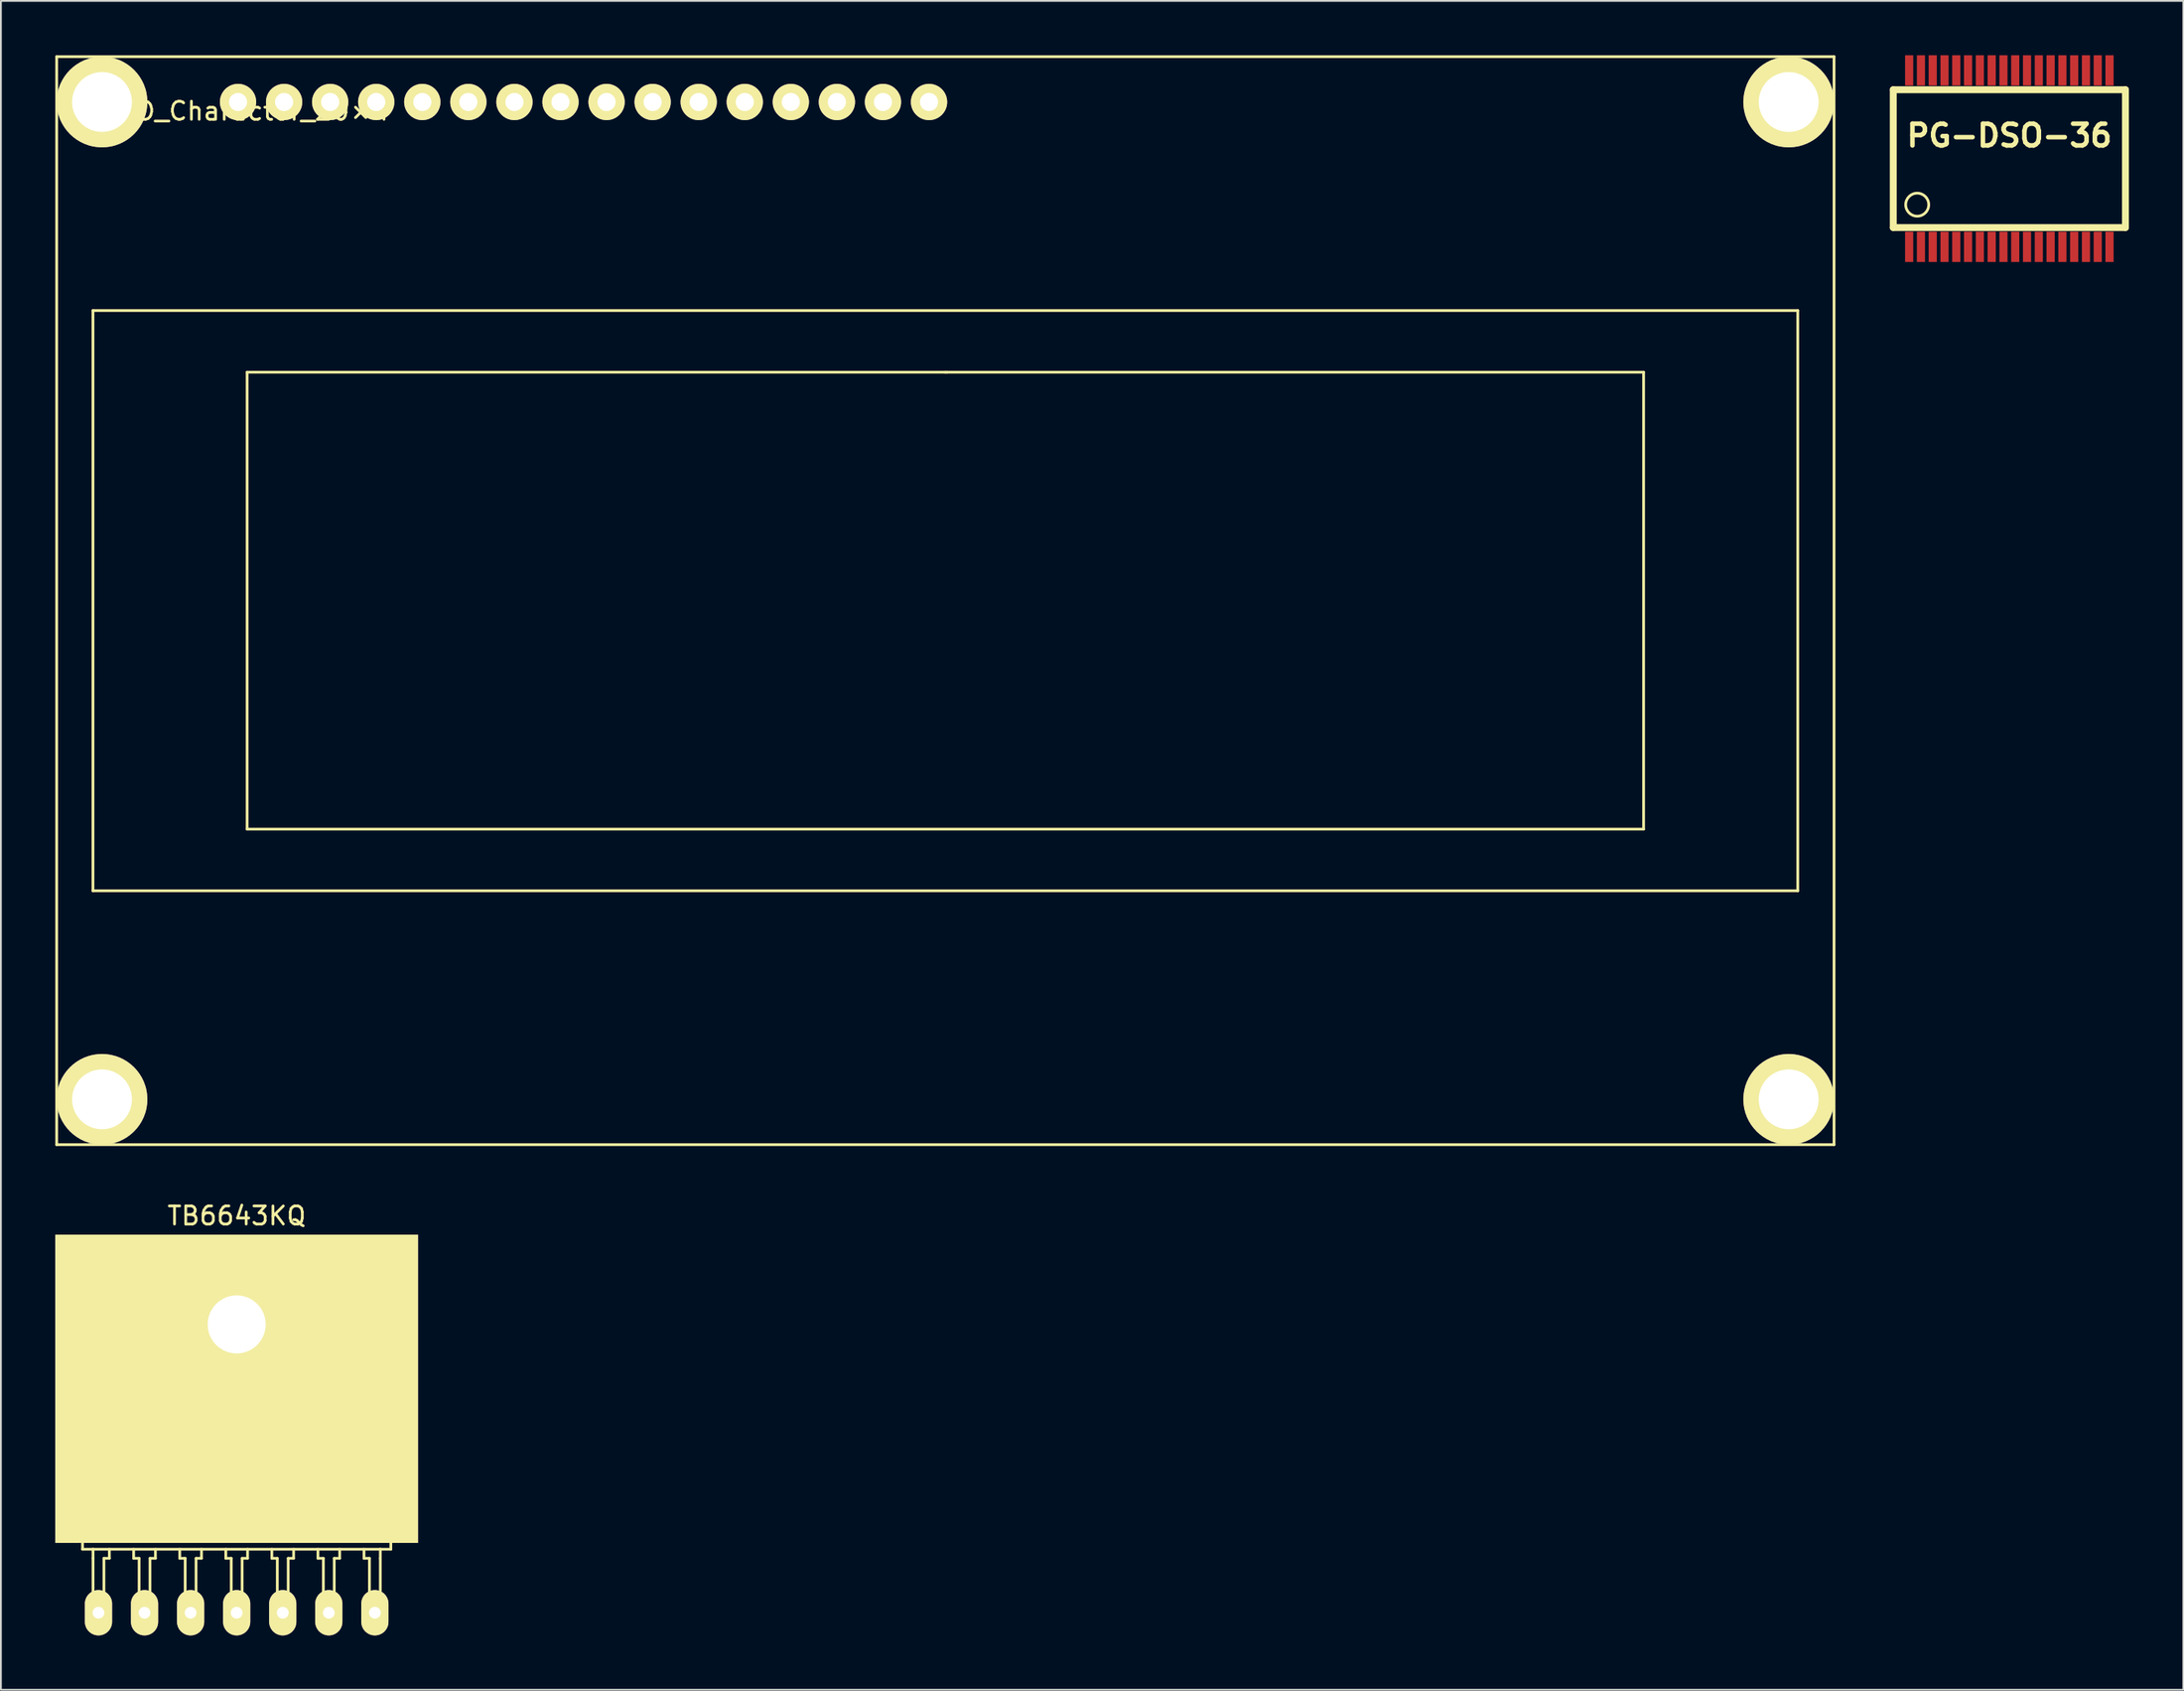
<source format=kicad_pcb>
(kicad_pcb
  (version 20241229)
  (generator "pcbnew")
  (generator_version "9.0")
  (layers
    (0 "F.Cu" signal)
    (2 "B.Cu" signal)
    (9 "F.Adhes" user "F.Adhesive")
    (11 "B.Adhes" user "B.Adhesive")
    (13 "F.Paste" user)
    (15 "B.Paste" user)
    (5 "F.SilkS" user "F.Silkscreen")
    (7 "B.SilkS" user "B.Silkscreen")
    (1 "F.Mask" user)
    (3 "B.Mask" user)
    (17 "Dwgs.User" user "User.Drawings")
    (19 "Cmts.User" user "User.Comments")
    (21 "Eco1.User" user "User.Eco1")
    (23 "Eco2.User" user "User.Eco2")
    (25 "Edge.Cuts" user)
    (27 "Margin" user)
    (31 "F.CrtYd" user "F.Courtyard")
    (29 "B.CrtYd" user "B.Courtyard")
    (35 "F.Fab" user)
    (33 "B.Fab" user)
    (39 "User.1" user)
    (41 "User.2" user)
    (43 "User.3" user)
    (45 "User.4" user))
  (footprint "TB6643KQ"
    (layer "F.Cu")
    (at 10 69.988)
    (property "Reference" "TB6643KQ" (at 0 -5.99 0) (layer "F.SilkS") (effects (font (size 1 1) (thickness 0.15))))
    (attr through_hole)
    (fp_line (start -8.5 12.4) (end -8.5 0) (stroke (width 0.15) (type solid)) (layer "F.SilkS"))
    (fp_line (start -8.5 12.4) (end -7.92 12.4) (stroke (width 0.15) (type solid)) (layer "F.SilkS"))
    (fp_line (start -8.38 -2.82) (end -8.1 -2.52) (stroke (width 0.15) (type solid)) (layer "F.SilkS"))
    (fp_line (start -8.1 -2.52) (end -5.61 -2.52) (stroke (width 0.15) (type solid)) (layer "F.SilkS"))
    (fp_line (start -7.92 12.9) (end -7.92 12.4) (stroke (width 0.15) (type solid)) (layer "F.SilkS"))
    (fp_line (start -7.92 15.9) (end -7.92 12.9) (stroke (width 0.15) (type solid)) (layer "F.SilkS"))
    (fp_line (start -7.32 12.9) (end -7.02 12.9) (stroke (width 0.15) (type solid)) (layer "F.SilkS"))
    (fp_line (start -7.32 15.9) (end -7.32 12.9) (stroke (width 0.15) (type solid)) (layer "F.SilkS"))
    (fp_line (start -7.02 12.9) (end -7.02 12.4) (stroke (width 0.15) (type solid)) (layer "F.SilkS"))
    (fp_line (start -6.92 0) (end -8.5 0) (stroke (width 0.15) (type solid)) (layer "F.SilkS"))
    (fp_line (start -6.92 0) (end -5.2 -3.3) (stroke (width 0.15) (type solid)) (layer "F.SilkS"))
    (fp_line (start -5.68 12.9) (end -5.68 12.4) (stroke (width 0.15) (type solid)) (layer "F.SilkS"))
    (fp_line (start -5.38 12.9) (end -5.68 12.9) (stroke (width 0.15) (type solid)) (layer "F.SilkS"))
    (fp_line (start -5.38 15.9) (end -5.38 12.9) (stroke (width 0.15) (type solid)) (layer "F.SilkS"))
    (fp_line (start -4.78 12.9) (end -4.48 12.9) (stroke (width 0.15) (type solid)) (layer "F.SilkS"))
    (fp_line (start -4.78 15.9) (end -4.78 12.9) (stroke (width 0.15) (type solid)) (layer "F.SilkS"))
    (fp_line (start -4.48 12.9) (end -4.48 12.4) (stroke (width 0.15) (type solid)) (layer "F.SilkS"))
    (fp_line (start -3.98 -3.3) (end -5.28 -3.3) (stroke (width 0.15) (type solid)) (layer "F.SilkS"))
    (fp_line (start -3.14 12.9) (end -3.14 12.4) (stroke (width 0.15) (type solid)) (layer "F.SilkS"))
    (fp_line (start -2.84 12.9) (end -3.14 12.9) (stroke (width 0.15) (type solid)) (layer "F.SilkS"))
    (fp_line (start -2.84 15.9) (end -2.84 12.9) (stroke (width 0.15) (type solid)) (layer "F.SilkS"))
    (fp_line (start -2.24 12.9) (end -1.94 12.9) (stroke (width 0.15) (type solid)) (layer "F.SilkS"))
    (fp_line (start -2.24 15.9) (end -2.24 12.9) (stroke (width 0.15) (type solid)) (layer "F.SilkS"))
    (fp_line (start -1.94 12.9) (end -1.94 12.4) (stroke (width 0.15) (type solid)) (layer "F.SilkS"))
    (fp_line (start -0.6 12.9) (end -0.6 12.4) (stroke (width 0.15) (type solid)) (layer "F.SilkS"))
    (fp_line (start -0.3 12.9) (end -0.6 12.9) (stroke (width 0.15) (type solid)) (layer "F.SilkS"))
    (fp_line (start -0.3 15.9) (end -0.3 12.9) (stroke (width 0.15) (type solid)) (layer "F.SilkS"))
    (fp_line (start 0 -3.3) (end -8 -3.3) (stroke (width 0.15) (type solid)) (layer "F.SilkS"))
    (fp_line (start 0 -3.3) (end 8 -3.3) (stroke (width 0.15) (type solid)) (layer "F.SilkS"))
    (fp_line (start 0.3 12.9) (end 0.6 12.9) (stroke (width 0.15) (type solid)) (layer "F.SilkS"))
    (fp_line (start 0.3 15.9) (end 0.3 12.9) (stroke (width 0.15) (type solid)) (layer "F.SilkS"))
    (fp_line (start 0.6 12.9) (end 0.6 12.4) (stroke (width 0.15) (type solid)) (layer "F.SilkS"))
    (fp_line (start 1.94 12.9) (end 1.94 12.4) (stroke (width 0.15) (type solid)) (layer "F.SilkS"))
    (fp_line (start 2.24 12.9) (end 1.94 12.9) (stroke (width 0.15) (type solid)) (layer "F.SilkS"))
    (fp_line (start 2.24 15.9) (end 2.24 12.9) (stroke (width 0.15) (type solid)) (layer "F.SilkS"))
    (fp_line (start 2.84 12.9) (end 3.14 12.9) (stroke (width 0.15) (type solid)) (layer "F.SilkS"))
    (fp_line (start 2.84 15.9) (end 2.84 12.9) (stroke (width 0.15) (type solid)) (layer "F.SilkS"))
    (fp_line (start 3.14 12.9) (end 3.14 12.4) (stroke (width 0.15) (type solid)) (layer "F.SilkS"))
    (fp_line (start 4.48 12.9) (end 4.48 12.4) (stroke (width 0.15) (type solid)) (layer "F.SilkS"))
    (fp_line (start 4.78 12.9) (end 4.48 12.9) (stroke (width 0.15) (type solid)) (layer "F.SilkS"))
    (fp_line (start 4.78 15.9) (end 4.78 12.9) (stroke (width 0.15) (type solid)) (layer "F.SilkS"))
    (fp_line (start 5.38 12.9) (end 5.68 12.9) (stroke (width 0.15) (type solid)) (layer "F.SilkS"))
    (fp_line (start 5.38 15.9) (end 5.38 12.9) (stroke (width 0.15) (type solid)) (layer "F.SilkS"))
    (fp_line (start 5.68 12.9) (end 5.68 12.4) (stroke (width 0.15) (type solid)) (layer "F.SilkS"))
    (fp_line (start 6.81 0) (end 5.11 -3.3) (stroke (width 0.15) (type solid)) (layer "F.SilkS"))
    (fp_line (start 7.02 12.9) (end 7.02 12.4) (stroke (width 0.15) (type solid)) (layer "F.SilkS"))
    (fp_line (start 7.32 12.9) (end 7.02 12.9) (stroke (width 0.15) (type solid)) (layer "F.SilkS"))
    (fp_line (start 7.32 15.9) (end 7.32 12.9) (stroke (width 0.15) (type solid)) (layer "F.SilkS"))
    (fp_line (start 7.92 12.4) (end -7.92 12.4) (stroke (width 0.15) (type solid)) (layer "F.SilkS"))
    (fp_line (start 7.92 12.9) (end 7.92 12.4) (stroke (width 0.15) (type solid)) (layer "F.SilkS"))
    (fp_line (start 7.92 15.9) (end 7.92 12.9) (stroke (width 0.15) (type solid)) (layer "F.SilkS"))
    (fp_line (start 8.11 -2.52) (end 5.52 -2.52) (stroke (width 0.15) (type solid)) (layer "F.SilkS"))
    (fp_line (start 8.39 -2.82) (end 8.11 -2.52) (stroke (width 0.15) (type solid)) (layer "F.SilkS"))
    (fp_line (start 8.5 0) (end 6.81 0) (stroke (width 0.15) (type solid)) (layer "F.SilkS"))
    (fp_line (start 8.5 12.4) (end 7.92 12.4) (stroke (width 0.15) (type solid)) (layer "F.SilkS"))
    (fp_line (start 8.5 12.4) (end 8.5 0) (stroke (width 0.15) (type solid)) (layer "F.SilkS"))
    (fp_arc (start -8.38 -2.82) (mid -8.289411 -3.138701) (end -8 -3.3) (stroke (width 0.15) (type solid)) (layer "F.SilkS"))
    (fp_arc (start 8.01 -3.3) (mid 8.299411 -3.138701) (end 8.39 -2.82) (stroke (width 0.15) (type solid)) (layer "F.SilkS"))
    (fp_circle (center 0 0) (end 1.6 0) (stroke (width 0.15) (type solid)) (fill no) (layer "F.SilkS"))
    (pad "1" thru_hole oval (at -7.62 15.9) (size 1.5 2.5) (drill 0.65) (layers "*.Cu" "*.Mask" "F.SilkS"))
    (pad "2" thru_hole oval (at -5.08 15.9) (size 1.5 2.5) (drill 0.65) (layers "*.Cu" "*.Mask" "F.SilkS"))
    (pad "3" thru_hole oval (at -2.54 15.9) (size 1.5 2.5) (drill 0.65) (layers "*.Cu" "*.Mask" "F.SilkS"))
    (pad "4" thru_hole oval (at 0 15.9) (size 1.5 2.5) (drill 0.65) (layers "*.Cu" "*.Mask" "F.SilkS"))
    (pad "5" thru_hole oval (at 2.54 15.9) (size 1.5 2.5) (drill 0.65) (layers "*.Cu" "*.Mask" "F.SilkS"))
    (pad "6" thru_hole oval (at 5.08 15.9) (size 1.5 2.5) (drill 0.65) (layers "*.Cu" "*.Mask" "F.SilkS"))
    (pad "7" thru_hole oval (at 7.62 15.9) (size 1.5 2.5) (drill 0.65) (layers "*.Cu" "*.Mask" "F.SilkS"))
    (pad "8" thru_hole rect (at 0 0) (size 20 17) (drill 3.2 (offset 0 3.55)) (layers "*.Mask" "F.Cu" "F.SilkS")))
  (footprint "PG-DSO-36"
    (layer "F.Cu")
    (at 107.741 5.698)
    (property "Reference" "PG-DSO-36" (at 0 -1.27 0) (layer "F.SilkS") (effects (font (size 1.2 1.2) (thickness 0.25))))
    (attr through_hole)
    (fp_line (start -6.401 -3.8) (end 6.401 -3.8) (stroke (width 0.381) (type solid)) (layer "F.SilkS"))
    (fp_line (start -6.401 3.8) (end -6.401 -3.8) (stroke (width 0.381) (type solid)) (layer "F.SilkS"))
    (fp_line (start 6.401 -3.8) (end 6.401 3.8) (stroke (width 0.381) (type solid)) (layer "F.SilkS"))
    (fp_line (start 6.401 3.8) (end -6.401 3.8) (stroke (width 0.381) (type solid)) (layer "F.SilkS"))
    (fp_circle (center -5.08 2.54) (end -5.08 3.175) (stroke (width 0.15) (type solid)) (fill no) (layer "F.SilkS"))
    (pad "1" smd rect (at -5.524 4.864) (size 0.45 1.669) (layers "F.Cu" "F.Mask" "F.Paste"))
    (pad "2" smd rect (at -4.874 4.864) (size 0.45 1.669) (layers "F.Cu" "F.Mask" "F.Paste"))
    (pad "3" smd rect (at -4.224 4.864) (size 0.45 1.669) (layers "F.Cu" "F.Mask" "F.Paste"))
    (pad "4" smd rect (at -3.574 4.864) (size 0.45 1.669) (layers "F.Cu" "F.Mask" "F.Paste"))
    (pad "5" smd rect (at -2.926 4.864) (size 0.45 1.669) (layers "F.Cu" "F.Mask" "F.Paste"))
    (pad "6" smd rect (at -2.276 4.864) (size 0.45 1.669) (layers "F.Cu" "F.Mask" "F.Paste"))
    (pad "7" smd rect (at -1.626 4.864) (size 0.45 1.669) (layers "F.Cu" "F.Mask" "F.Paste"))
    (pad "8" smd rect (at -0.975 4.864) (size 0.45 1.669) (layers "F.Cu" "F.Mask" "F.Paste"))
    (pad "9" smd rect (at -0.325 4.864) (size 0.45 1.669) (layers "F.Cu" "F.Mask" "F.Paste"))
    (pad "10" smd rect (at 0.325 4.864) (size 0.45 1.669) (layers "F.Cu" "F.Mask" "F.Paste"))
    (pad "11" smd rect (at 0.975 4.864) (size 0.45 1.669) (layers "F.Cu" "F.Mask" "F.Paste"))
    (pad "12" smd rect (at 1.626 4.864) (size 0.45 1.669) (layers "F.Cu" "F.Mask" "F.Paste"))
    (pad "13" smd rect (at 2.276 4.864) (size 0.45 1.669) (layers "F.Cu" "F.Mask" "F.Paste"))
    (pad "14" smd rect (at 2.926 4.864) (size 0.45 1.669) (layers "F.Cu" "F.Mask" "F.Paste"))
    (pad "15" smd rect (at 3.576 4.864) (size 0.45 1.669) (layers "F.Cu" "F.Mask" "F.Paste"))
    (pad "16" smd rect (at 4.224 4.864) (size 0.45 1.669) (layers "F.Cu" "F.Mask" "F.Paste"))
    (pad "17" smd rect (at 4.874 4.864) (size 0.45 1.669) (layers "F.Cu" "F.Mask" "F.Paste"))
    (pad "18" smd rect (at 5.524 4.864) (size 0.45 1.669) (layers "F.Cu" "F.Mask" "F.Paste"))
    (pad "19" smd rect (at 5.524 -4.864) (size 0.45 1.669) (layers "F.Cu" "F.Mask" "F.Paste"))
    (pad "20" smd rect (at 4.874 -4.864) (size 0.45 1.669) (layers "F.Cu" "F.Mask" "F.Paste"))
    (pad "21" smd rect (at 4.224 -4.864) (size 0.45 1.669) (layers "F.Cu" "F.Mask" "F.Paste"))
    (pad "22" smd rect (at 3.576 -4.864) (size 0.45 1.669) (layers "F.Cu" "F.Mask" "F.Paste"))
    (pad "23" smd rect (at 2.926 -4.864) (size 0.45 1.669) (layers "F.Cu" "F.Mask" "F.Paste"))
    (pad "24" smd rect (at 2.276 -4.864) (size 0.45 1.669) (layers "F.Cu" "F.Mask" "F.Paste"))
    (pad "25" smd rect (at 1.626 -4.864) (size 0.45 1.669) (layers "F.Cu" "F.Mask" "F.Paste"))
    (pad "26" smd rect (at 0.975 -4.864) (size 0.45 1.669) (layers "F.Cu" "F.Mask" "F.Paste"))
    (pad "27" smd rect (at 0.325 -4.864) (size 0.45 1.669) (layers "F.Cu" "F.Mask" "F.Paste"))
    (pad "28" smd rect (at -0.325 -4.864) (size 0.45 1.669) (layers "F.Cu" "F.Mask" "F.Paste"))
    (pad "29" smd rect (at -0.975 -4.864) (size 0.45 1.669) (layers "F.Cu" "F.Mask" "F.Paste"))
    (pad "30" smd rect (at -1.626 -4.864) (size 0.45 1.669) (layers "F.Cu" "F.Mask" "F.Paste"))
    (pad "31" smd rect (at -2.276 -4.864) (size 0.45 1.669) (layers "F.Cu" "F.Mask" "F.Paste"))
    (pad "32" smd rect (at -2.926 -4.864) (size 0.45 1.669) (layers "F.Cu" "F.Mask" "F.Paste"))
    (pad "33" smd rect (at -3.574 -4.864) (size 0.45 1.669) (layers "F.Cu" "F.Mask" "F.Paste"))
    (pad "34" smd rect (at -4.224 -4.864) (size 0.45 1.669) (layers "F.Cu" "F.Mask" "F.Paste"))
    (pad "35" smd rect (at -4.874 -4.864) (size 0.45 1.669) (layers "F.Cu" "F.Mask" "F.Paste"))
    (pad "36" smd rect (at -5.524 -4.864) (size 0.45 1.669) (layers "F.Cu" "F.Mask" "F.Paste")))
  (footprint "OLED_Charactor_20×4"
    (layer "F.Cu")
    (at 10.075 2.575)
    (property "Reference" "OLED_Charactor_20×4" (at 0 0.5 0) (layer "F.SilkS") (effects (font (size 1 1) (thickness 0.15))))
    (attr through_hole)
    (fp_line (start -10 -2.5) (end 88 -2.5) (stroke (width 0.15) (type solid)) (layer "F.SilkS"))
    (fp_line (start -10 57.5) (end -10 -2.5) (stroke (width 0.15) (type solid)) (layer "F.SilkS"))
    (fp_line (start -8 11.5) (end 86 11.5) (stroke (width 0.15) (type solid)) (layer "F.SilkS"))
    (fp_line (start -8 43.5) (end -8 11.5) (stroke (width 0.15) (type solid)) (layer "F.SilkS"))
    (fp_line (start 0.5 14.9) (end 0.5 40.1) (stroke (width 0.15) (type solid)) (layer "F.SilkS"))
    (fp_line (start 0.5 40.1) (end 77.5 40.1) (stroke (width 0.15) (type solid)) (layer "F.SilkS"))
    (fp_line (start 39 14.9) (end 0.5 14.9) (stroke (width 0.15) (type solid)) (layer "F.SilkS"))
    (fp_line (start 39.1 14.9) (end 39 14.9) (stroke (width 0.15) (type solid)) (layer "F.SilkS"))
    (fp_line (start 77.5 14.9) (end 39.1 14.9) (stroke (width 0.15) (type solid)) (layer "F.SilkS"))
    (fp_line (start 77.5 40.1) (end 77.5 14.9) (stroke (width 0.15) (type solid)) (layer "F.SilkS"))
    (fp_line (start 86 11.5) (end 86 43.5) (stroke (width 0.15) (type solid)) (layer "F.SilkS"))
    (fp_line (start 86 43.5) (end -8 43.5) (stroke (width 0.15) (type solid)) (layer "F.SilkS"))
    (fp_line (start 88 -2.5) (end 88 57.5) (stroke (width 0.15) (type solid)) (layer "F.SilkS"))
    (fp_line (start 88 57.5) (end -10 57.5) (stroke (width 0.15) (type solid)) (layer "F.SilkS"))
    (pad "" np_thru_hole circle (at -7.5 0) (size 5 5) (drill 3.3) (layers "*.Cu" "*.Mask" "F.SilkS"))
    (pad "" np_thru_hole circle (at -7.5 55) (size 5 5) (drill 3.3) (layers "*.Cu" "*.Mask" "F.SilkS"))
    (pad "" np_thru_hole circle (at 85.5 0) (size 5 5) (drill 3.3) (layers "*.Cu" "*.Mask" "F.SilkS"))
    (pad "" np_thru_hole circle (at 85.5 55) (size 5 5) (drill 3.3) (layers "*.Cu" "*.Mask" "F.SilkS"))
    (pad "1" thru_hole circle (at 0 0) (size 2 2) (drill 1) (layers "*.Cu" "*.Mask" "F.SilkS"))
    (pad "2" thru_hole circle (at 2.54 0) (size 2 2) (drill 1) (layers "*.Cu" "*.Mask" "F.SilkS"))
    (pad "3" thru_hole circle (at 5.08 0) (size 2 2) (drill 1) (layers "*.Cu" "*.Mask" "F.SilkS"))
    (pad "4" thru_hole circle (at 7.62 0) (size 2 2) (drill 1) (layers "*.Cu" "*.Mask" "F.SilkS"))
    (pad "5" thru_hole circle (at 10.16 0) (size 2 2) (drill 1) (layers "*.Cu" "*.Mask" "F.SilkS"))
    (pad "6" thru_hole circle (at 12.7 0) (size 2 2) (drill 1) (layers "*.Cu" "*.Mask" "F.SilkS"))
    (pad "7" thru_hole circle (at 15.24 0) (size 2 2) (drill 1) (layers "*.Cu" "*.Mask" "F.SilkS"))
    (pad "8" thru_hole circle (at 17.78 0) (size 2 2) (drill 1) (layers "*.Cu" "*.Mask" "F.SilkS"))
    (pad "9" thru_hole circle (at 20.32 0) (size 2 2) (drill 1) (layers "*.Cu" "*.Mask" "F.SilkS"))
    (pad "10" thru_hole circle (at 22.86 0) (size 2 2) (drill 1) (layers "*.Cu" "*.Mask" "F.SilkS"))
    (pad "11" thru_hole circle (at 25.4 0) (size 2 2) (drill 1) (layers "*.Cu" "*.Mask" "F.SilkS"))
    (pad "12" thru_hole circle (at 27.94 0) (size 2 2) (drill 1) (layers "*.Cu" "*.Mask" "F.SilkS"))
    (pad "13" thru_hole circle (at 30.48 0) (size 2 2) (drill 1) (layers "*.Cu" "*.Mask" "F.SilkS"))
    (pad "14" thru_hole circle (at 33.02 0) (size 2 2) (drill 1) (layers "*.Cu" "*.Mask" "F.SilkS"))
    (pad "15" thru_hole circle (at 35.56 0) (size 2 2) (drill 1) (layers "*.Cu" "*.Mask" "F.SilkS"))
    (pad "16" thru_hole circle (at 38.1 0) (size 2 2) (drill 1) (layers "*.Cu" "*.Mask" "F.SilkS")))
  (gr_rect
    (start -3 -3)
    (end 117.333 90.138)
    (stroke (width 0.1) (type default))
    (fill no)
    (layer "Edge.Cuts")))
</source>
